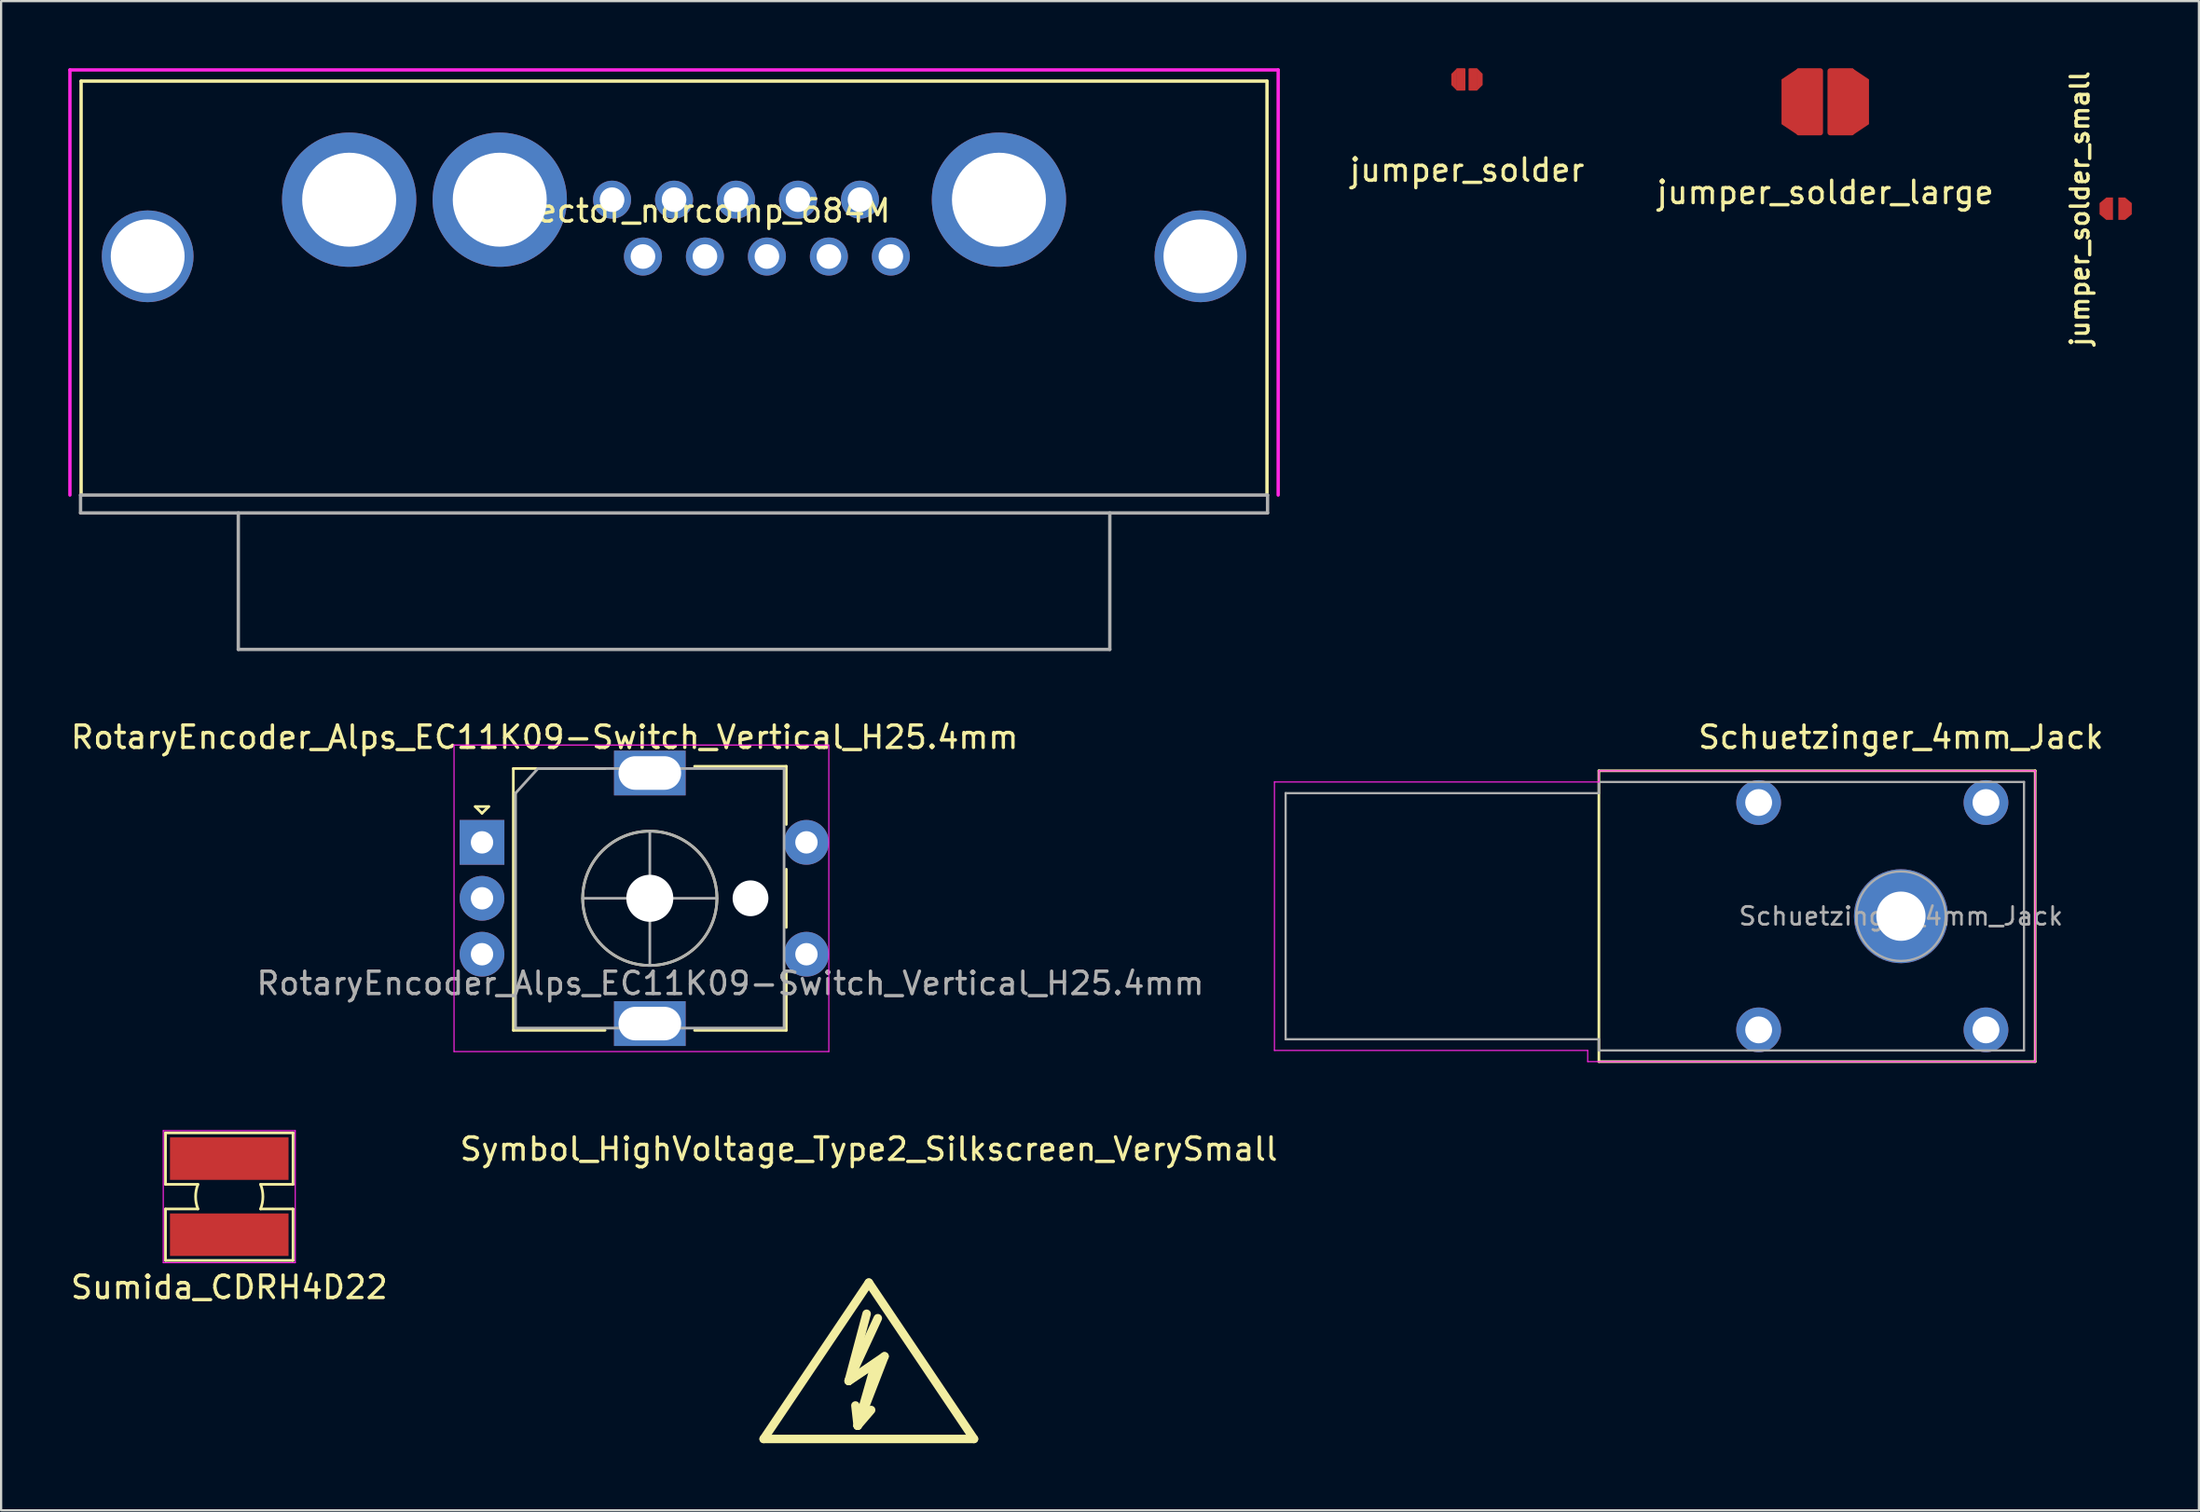
<source format=kicad_pcb>
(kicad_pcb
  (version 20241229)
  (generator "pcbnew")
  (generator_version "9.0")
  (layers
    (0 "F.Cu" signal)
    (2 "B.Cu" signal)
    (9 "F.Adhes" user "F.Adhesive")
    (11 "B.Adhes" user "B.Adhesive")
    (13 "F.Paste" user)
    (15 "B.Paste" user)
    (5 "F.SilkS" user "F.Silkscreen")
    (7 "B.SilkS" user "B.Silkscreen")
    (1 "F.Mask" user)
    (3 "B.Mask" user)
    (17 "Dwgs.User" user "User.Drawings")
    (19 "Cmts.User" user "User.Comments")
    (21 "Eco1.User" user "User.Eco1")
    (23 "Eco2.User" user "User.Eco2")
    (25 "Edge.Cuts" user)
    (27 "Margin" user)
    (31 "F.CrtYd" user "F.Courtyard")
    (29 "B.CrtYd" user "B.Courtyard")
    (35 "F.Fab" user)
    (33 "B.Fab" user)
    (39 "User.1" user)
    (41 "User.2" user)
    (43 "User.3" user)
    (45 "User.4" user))
  (footprint "connector_norcomp_684M"
    (layer "F.Cu")
    (at 27.075 5.875)
    (property "Reference" "connector_norcomp_684M" (at 0 0.5 0) (layer "F.SilkS") (effects (font (size 1 1) (thickness 0.15))))
    (attr through_hole)
    (fp_line (start -26.5 -5.3) (end -26.5 13.2) (stroke (width 0.15) (type solid)) (layer "F.SilkS"))
    (fp_line (start 26.5 -5.3) (end -26.5 -5.3) (stroke (width 0.15) (type solid)) (layer "F.SilkS"))
    (fp_line (start 26.5 13.2) (end 26.5 -5.3) (stroke (width 0.15) (type solid)) (layer "F.SilkS"))
    (fp_line (start -27 -5.8) (end -27 13.2) (stroke (width 0.15) (type solid)) (layer "F.CrtYd"))
    (fp_line (start 27 -5.8) (end -27 -5.8) (stroke (width 0.15) (type solid)) (layer "F.CrtYd"))
    (fp_line (start 27 13.2) (end 27 -5.8) (stroke (width 0.15) (type solid)) (layer "F.CrtYd"))
    (fp_line (start -26.525 13.2) (end -26.525 14) (stroke (width 0.15) (type solid)) (layer "F.Fab"))
    (fp_line (start -26.525 13.2) (end 26.525 13.2) (stroke (width 0.15) (type solid)) (layer "F.Fab"))
    (fp_line (start -26.525 14) (end 26.525 14) (stroke (width 0.15) (type solid)) (layer "F.Fab"))
    (fp_line (start -19.475 14) (end -19.475 20.1) (stroke (width 0.15) (type solid)) (layer "F.Fab"))
    (fp_line (start -19.475 20.1) (end 19.475 20.1) (stroke (width 0.15) (type solid)) (layer "F.Fab"))
    (fp_line (start 19.475 20.1) (end 19.475 14) (stroke (width 0.15) (type solid)) (layer "F.Fab"))
    (fp_line (start 26.525 13.2) (end 26.525 14) (stroke (width 0.15) (type solid)) (layer "F.Fab"))
    (pad "0" thru_hole circle (at -23.525 2.53) (size 4.1 4.1) (drill 3.3) (layers "*.Cu" "*.Mask"))
    (pad "0" thru_hole circle (at 23.525 2.53) (size 4.1 4.1) (drill 3.3) (layers "*.Cu" "*.Mask"))
    (pad "1" thru_hole circle (at 8.31 0) (size 1.7 1.7) (drill 1.1) (layers "*.Cu" "*.Mask"))
    (pad "2" thru_hole circle (at 5.54 0) (size 1.7 1.7) (drill 1.1) (layers "*.Cu" "*.Mask"))
    (pad "3" thru_hole circle (at 2.77 0) (size 1.7 1.7) (drill 1.1) (layers "*.Cu" "*.Mask"))
    (pad "4" thru_hole circle (at 0 0) (size 1.7 1.7) (drill 1.1) (layers "*.Cu" "*.Mask"))
    (pad "5" thru_hole circle (at -2.77 0) (size 1.7 1.7) (drill 1.1) (layers "*.Cu" "*.Mask"))
    (pad "6" thru_hole circle (at 9.69 2.54) (size 1.7 1.7) (drill 1.1) (layers "*.Cu" "*.Mask"))
    (pad "7" thru_hole circle (at 6.92 2.54) (size 1.7 1.7) (drill 1.1) (layers "*.Cu" "*.Mask"))
    (pad "8" thru_hole circle (at 4.15 2.54) (size 1.7 1.7) (drill 1.1) (layers "*.Cu" "*.Mask"))
    (pad "9" thru_hole circle (at 1.38 2.54) (size 1.7 1.7) (drill 1.1) (layers "*.Cu" "*.Mask"))
    (pad "10" thru_hole circle (at -1.39 2.54) (size 1.7 1.7) (drill 1.1) (layers "*.Cu" "*.Mask"))
    (pad "A2" thru_hole circle (at -7.79 0) (size 6 6) (drill 4.2) (layers "*.Cu" "*.Mask"))
    (pad "A2" thru_hole circle (at 14.52 0) (size 6 6) (drill 4.2) (layers "*.Cu" "*.Mask"))
    (pad "A3" thru_hole circle (at -14.52 0) (size 6 6) (drill 4.2) (layers "*.Cu" "*.Mask")))
  (footprint "jumper_solder"
    (layer "F.Cu")
    (at 62.513 0.5)
    (property "Reference" "jumper_solder" (at 0 4.05 0) (layer "F.SilkS") (effects (font (size 1 1) (thickness 0.15))))
    (attr through_hole)
    (pad "1" smd trapezoid (at -0.575 0 180) (size 0.25 0.745) (rect_delta 0.25 0) (layers "F.Cu"))
    (pad "1" smd roundrect (at -0.27 0 180) (size 0.4 1) (layers "F.Cu" "F.Mask" "F.Paste") (roundrect_rratio 0.1))
    (pad "2" smd roundrect (at 0.27 0 180) (size 0.4 1) (layers "F.Cu" "F.Mask" "F.Paste") (roundrect_rratio 0.1))
    (pad "2" smd trapezoid (at 0.575 0) (size 0.25 0.745) (rect_delta 0.25 0) (layers "F.Cu")))
  (footprint "RotaryEncoder_Alps_EC11K09-Switch_Vertical_H25.4mm"
    (layer "F.Cu")
    (at 18.492 34.598)
    (property "Reference" "RotaryEncoder_Alps_EC11K09-Switch_Vertical_H25.4mm" (at 2.8 -4.7 0) (layer "F.SilkS") (effects (font (size 1 1) (thickness 0.15))))
    (attr through_hole)
    (fp_line (start -0.3 -1.6) (end 0.3 -1.6) (stroke (width 0.12) (type solid)) (layer "F.SilkS"))
    (fp_line (start 0 -1.3) (end -0.3 -1.6) (stroke (width 0.12) (type solid)) (layer "F.SilkS"))
    (fp_line (start 0.3 -1.6) (end 0 -1.3) (stroke (width 0.12) (type solid)) (layer "F.SilkS"))
    (fp_line (start 1.4 -3.3) (end 1.4 8.4) (stroke (width 0.12) (type solid)) (layer "F.SilkS"))
    (fp_line (start 5.5 -3.3) (end 1.4 -3.3) (stroke (width 0.12) (type solid)) (layer "F.SilkS"))
    (fp_line (start 5.5 8.4) (end 1.4 8.4) (stroke (width 0.12) (type solid)) (layer "F.SilkS"))
    (fp_line (start 9.5 -3.4) (end 13.6 -3.4) (stroke (width 0.12) (type solid)) (layer "F.SilkS"))
    (fp_line (start 13.6 -3.4) (end 13.6 -0.8) (stroke (width 0.12) (type solid)) (layer "F.SilkS"))
    (fp_line (start 13.6 1.2) (end 13.6 3.8) (stroke (width 0.12) (type solid)) (layer "F.SilkS"))
    (fp_line (start 13.6 5.8) (end 13.6 8.4) (stroke (width 0.12) (type solid)) (layer "F.SilkS"))
    (fp_line (start 13.6 8.4) (end 9.5 8.4) (stroke (width 0.12) (type solid)) (layer "F.SilkS"))
    (fp_circle (center 7.5 2.5) (end 10.5 2.5) (stroke (width 0.12) (type solid)) (fill no) (layer "F.SilkS"))
    (fp_line (start -1.25 -4.35) (end -1.25 9.35) (stroke (width 0.05) (type solid)) (layer "F.CrtYd"))
    (fp_line (start -1.25 -4.35) (end 15.5 -4.35) (stroke (width 0.05) (type solid)) (layer "F.CrtYd"))
    (fp_line (start 15.5 9.35) (end -1.25 9.35) (stroke (width 0.05) (type solid)) (layer "F.CrtYd"))
    (fp_line (start 15.5 9.35) (end 15.5 -4.35) (stroke (width 0.05) (type solid)) (layer "F.CrtYd"))
    (fp_line (start 1.5 -2.2) (end 2.5 -3.3) (stroke (width 0.12) (type solid)) (layer "F.Fab"))
    (fp_line (start 1.5 8.3) (end 1.5 -2.2) (stroke (width 0.12) (type solid)) (layer "F.Fab"))
    (fp_line (start 2.5 -3.3) (end 13.5 -3.3) (stroke (width 0.12) (type solid)) (layer "F.Fab"))
    (fp_line (start 4.5 2.5) (end 10.5 2.5) (stroke (width 0.12) (type solid)) (layer "F.Fab"))
    (fp_line (start 7.5 -0.5) (end 7.5 5.5) (stroke (width 0.12) (type solid)) (layer "F.Fab"))
    (fp_line (start 13.5 -3.3) (end 13.5 8.3) (stroke (width 0.12) (type solid)) (layer "F.Fab"))
    (fp_line (start 13.5 8.3) (end 1.5 8.3) (stroke (width 0.12) (type solid)) (layer "F.Fab"))
    (fp_circle (center 7.5 2.5) (end 10.5 2.5) (stroke (width 0.12) (type solid)) (fill no) (layer "F.Fab"))
    (fp_text user "${REFERENCE}" (at 11.1 6.3 0) (layer "F.Fab") (effects (font (size 1 1) (thickness 0.15))))
    (pad "" np_thru_hole circle (at 7.5 2.5) (size 2.1 2.1) (drill 2.1) (layers "*.Cu" "*.Mask"))
    (pad "" np_thru_hole circle (at 12 2.5) (size 1.6 1.6) (drill 1.6) (layers "*.Cu" "*.Mask"))
    (pad "A" thru_hole rect (at 0 0) (size 2 2) (drill 1) (layers "*.Cu" "*.Mask"))
    (pad "B" thru_hole circle (at 0 5) (size 2 2) (drill 1) (layers "*.Cu" "*.Mask"))
    (pad "C" thru_hole circle (at 0 2.5) (size 2 2) (drill 1) (layers "*.Cu" "*.Mask"))
    (pad "MP" thru_hole rect (at 7.5 -3.1) (size 3.2 2) (drill oval 2.8 1.5) (layers "*.Cu" "*.Mask"))
    (pad "MP" thru_hole rect (at 7.5 8.1) (size 3.2 2) (drill oval 2.8 1.5) (layers "*.Cu" "*.Mask"))
    (pad "S1" thru_hole circle (at 14.5 5) (size 2 2) (drill 1) (layers "*.Cu" "*.Mask"))
    (pad "S2" thru_hole circle (at 14.5 0) (size 2 2) (drill 1) (layers "*.Cu" "*.Mask")))
  (footprint "jumper_solder_small"
    (layer "F.Cu")
    (at 91.505 6.278)
    (property "Reference" "jumper_solder_small" (at -1.6 0 270) (layer "F.SilkS") (effects (font (size 0.8 0.8) (thickness 0.15))))
    (attr through_hole)
    (pad "1" smd custom (at -0.27 0 180) (size 0.3 1) (layers "F.Cu" "F.Mask") (options (anchor rect)) (primitives (gr_poly (pts (xy 0.15 0.5) (xy 0.15 -0.5) (xy 0.45 -0.25) (xy 0.45 0.25)) (width 0) (fill yes))))
    (pad "2" smd custom (at 0.27 0 180) (size 0.3 1) (layers "F.Cu" "F.Mask") (options (anchor rect)) (primitives (gr_poly (pts (xy -0.15 0.5) (xy -0.15 -0.5) (xy -0.45 -0.25) (xy -0.45 0.25)) (width 0) (fill yes)))))
  (footprint "jumper_solder_large"
    (layer "F.Cu")
    (at 78.525 1.5)
    (property "Reference" "jumper_solder_large" (at 0 4.05 0) (layer "F.SilkS") (effects (font (size 1 1) (thickness 0.15))))
    (attr through_hole)
    (pad "1" smd trapezoid (at -1.58 0 180) (size 0.75 2.5) (rect_delta 0.5 0) (layers "F.Cu"))
    (pad "1" smd roundrect (at -0.7 0 180) (size 1.2 3) (layers "F.Cu" "F.Mask" "F.Paste") (roundrect_rratio 0.1))
    (pad "2" smd roundrect (at 0.7 0 180) (size 1.2 3) (layers "F.Cu" "F.Mask" "F.Paste") (roundrect_rratio 0.1))
    (pad "2" smd trapezoid (at 1.58 0) (size 0.75 2.5) (rect_delta 0.5 0) (layers "F.Cu")))
  (footprint "Schuetzinger_4mm_Jack"
    (layer "F.Cu")
    (at 81.908 37.898)
    (property "Reference" "Schuetzinger_4mm_Jack" (at 0 -8 0) (layer "F.SilkS") (effects (font (size 1 1) (thickness 0.15))))
    (attr through_hole)
    (fp_line (start -13.5 -6.5) (end 6 -6.5) (stroke (width 0.12) (type solid)) (layer "F.SilkS"))
    (fp_line (start -13.5 6.5) (end -13.5 -6.5) (stroke (width 0.12) (type solid)) (layer "F.SilkS"))
    (fp_line (start 6 -6.5) (end 6 6.5) (stroke (width 0.12) (type solid)) (layer "F.SilkS"))
    (fp_line (start 6 6.5) (end -13.5 6.5) (stroke (width 0.12) (type solid)) (layer "F.SilkS"))
    (fp_line (start -28 -6) (end -13.5 -6) (stroke (width 0.05) (type solid)) (layer "F.CrtYd"))
    (fp_line (start -28 6) (end -28 -6) (stroke (width 0.05) (type solid)) (layer "F.CrtYd"))
    (fp_line (start -14 6) (end -28 6) (stroke (width 0.05) (type solid)) (layer "F.CrtYd"))
    (fp_line (start -14 6.5) (end -14 6) (stroke (width 0.05) (type solid)) (layer "F.CrtYd"))
    (fp_line (start -13.5 -6.5) (end 6 -6.5) (stroke (width 0.05) (type solid)) (layer "F.CrtYd"))
    (fp_line (start -13.5 -6) (end -13.5 -6.5) (stroke (width 0.05) (type solid)) (layer "F.CrtYd"))
    (fp_line (start 6 -6.5) (end 6 6.5) (stroke (width 0.05) (type solid)) (layer "F.CrtYd"))
    (fp_line (start 6 6.5) (end -14 6.5) (stroke (width 0.05) (type solid)) (layer "F.CrtYd"))
    (fp_line (start -27.5 -5.5) (end -27.5 5.5) (stroke (width 0.1) (type solid)) (layer "F.Fab"))
    (fp_line (start -27.5 5.5) (end -13.5 5.5) (stroke (width 0.1) (type solid)) (layer "F.Fab"))
    (fp_line (start -13.5 -6) (end 5.5 -6) (stroke (width 0.1) (type solid)) (layer "F.Fab"))
    (fp_line (start -13.5 -5.5) (end -27.5 -5.5) (stroke (width 0.1) (type solid)) (layer "F.Fab"))
    (fp_line (start -13.5 -5.5) (end -13.5 -6) (stroke (width 0.1) (type solid)) (layer "F.Fab"))
    (fp_line (start -13.5 6) (end -13.5 5.5) (stroke (width 0.1) (type solid)) (layer "F.Fab"))
    (fp_line (start 5.5 -6) (end 5.5 6) (stroke (width 0.1) (type solid)) (layer "F.Fab"))
    (fp_line (start 5.5 6) (end -13.5 6) (stroke (width 0.1) (type solid)) (layer "F.Fab"))
    (fp_circle (center 0 0) (end 2 0) (stroke (width 0.1) (type solid)) (fill no) (layer "F.Fab"))
    (fp_text user "${REFERENCE}" (at 0 0 0) (layer "F.Fab") (effects (font (size 0.8 0.8) (thickness 0.12))))
    (pad "" thru_hole circle (at -6.36 -5.08) (size 2 2) (drill 1.2) (layers "*.Cu" "*.Mask"))
    (pad "" thru_hole circle (at -6.36 5.08) (size 2 2) (drill 1.2) (layers "*.Cu" "*.Mask"))
    (pad "" thru_hole circle (at 3.8 -5.08) (size 2 2) (drill 1.2) (layers "*.Cu" "*.Mask"))
    (pad "" thru_hole circle (at 3.8 5.08) (size 2 2) (drill 1.2) (layers "*.Cu" "*.Mask"))
    (pad "1" thru_hole circle (at 0 0) (size 4.2 4.2) (drill 2.2) (layers "*.Cu" "*.Mask")))
  (footprint "Sumida_CDRH4D22"
    (layer "F.Cu")
    (at 7.196 50.433)
    (property "Reference" "Sumida_CDRH4D22" (at 0 4.05 0) (layer "F.SilkS") (effects (font (size 1 1) (thickness 0.15))))
    (attr through_hole)
    (fp_line (start -2.85 -2.85) (end 2.85 -2.85) (stroke (width 0.12) (type solid)) (layer "F.SilkS"))
    (fp_line (start -2.85 -0.55) (end -2.85 -2.85) (stroke (width 0.12) (type solid)) (layer "F.SilkS"))
    (fp_line (start -2.85 -0.55) (end -1.4 -0.55) (stroke (width 0.12) (type solid)) (layer "F.SilkS"))
    (fp_line (start -2.85 0.55) (end -1.4 0.55) (stroke (width 0.12) (type solid)) (layer "F.SilkS"))
    (fp_line (start -2.85 2.85) (end -2.85 0.55) (stroke (width 0.12) (type solid)) (layer "F.SilkS"))
    (fp_line (start 1.4 -0.55) (end 2.85 -0.55) (stroke (width 0.12) (type solid)) (layer "F.SilkS"))
    (fp_line (start 1.4 0.55) (end 2.85 0.55) (stroke (width 0.12) (type solid)) (layer "F.SilkS"))
    (fp_line (start 2.85 -0.55) (end 2.85 -2.85) (stroke (width 0.12) (type solid)) (layer "F.SilkS"))
    (fp_line (start 2.85 2.85) (end -2.85 2.85) (stroke (width 0.12) (type solid)) (layer "F.SilkS"))
    (fp_line (start 2.85 2.85) (end 2.85 0.55) (stroke (width 0.12) (type solid)) (layer "F.SilkS"))
    (fp_arc (start -1.400465 0.548815) (mid -1.504161 -0.000636) (end -1.4 -0.55) (stroke (width 0.12) (type solid)) (layer "F.SilkS"))
    (fp_arc (start 1.4 -0.549999) (mid 1.504161 0) (end 1.4 0.55) (stroke (width 0.12) (type solid)) (layer "F.SilkS"))
    (fp_line (start -2.95 -2.95) (end 2.95 -2.95) (stroke (width 0.05) (type solid)) (layer "F.CrtYd"))
    (fp_line (start -2.95 2.95) (end -2.95 -2.95) (stroke (width 0.05) (type solid)) (layer "F.CrtYd"))
    (fp_line (start 2.95 -2.95) (end 2.95 2.95) (stroke (width 0.05) (type solid)) (layer "F.CrtYd"))
    (fp_line (start 2.95 2.95) (end -2.95 2.95) (stroke (width 0.05) (type solid)) (layer "F.CrtYd"))
    (pad "1" smd rect (at 0 -1.7) (size 5.3 1.9) (layers "F.Cu" "F.Mask" "F.Paste"))
    (pad "2" smd rect (at 0 1.7) (size 5.3 1.9) (layers "F.Cu" "F.Mask" "F.Paste")))
  (footprint "Symbol_HighVoltage_Type2_Silkscreen_VerySmall"
    (layer "F.Cu")
    (at 35.78 58.467)
    (property "Reference" "Symbol_HighVoltage_Type2_Silkscreen_VerySmall" (at 0 -10.16 0) (layer "F.SilkS") (effects (font (size 1 1) (thickness 0.15))))
    (attr exclude_from_pos_files exclude_from_bom)
    (fp_line (start -4.699 2.794) (end 0 -4.191) (stroke (width 0.381) (type solid)) (layer "F.SilkS"))
    (fp_line (start -0.899 0.201) (end 0.3 -0.599) (stroke (width 0.381) (type solid)) (layer "F.SilkS"))
    (fp_line (start -0.899 0.201) (end 0.401 -2.601) (stroke (width 0.381) (type solid)) (layer "F.SilkS"))
    (fp_line (start -0.498 2.2) (end -0.599 1.3) (stroke (width 0.381) (type solid)) (layer "F.SilkS"))
    (fp_line (start -0.498 2.2) (end 0.102 1.501) (stroke (width 0.381) (type solid)) (layer "F.SilkS"))
    (fp_line (start -0.498 2.2) (end 0.701 -0.899) (stroke (width 0.381) (type solid)) (layer "F.SilkS"))
    (fp_line (start -0.099 -2.799) (end -0.899 0.201) (stroke (width 0.381) (type solid)) (layer "F.SilkS"))
    (fp_line (start 0 -4.191) (end 4.699 2.794) (stroke (width 0.381) (type solid)) (layer "F.SilkS"))
    (fp_line (start 0.3 -0.599) (end -0.498 2.2) (stroke (width 0.381) (type solid)) (layer "F.SilkS"))
    (fp_line (start 0.701 -0.899) (end -0.9 0.2) (stroke (width 0.381) (type solid)) (layer "F.SilkS"))
    (fp_line (start 4.699 2.794) (end -4.699 2.794) (stroke (width 0.381) (type solid)) (layer "F.SilkS")))
  (gr_rect
    (start -3 -3)
    (end 95.225 64.451)
    (stroke (width 0.1) (type default))
    (fill no)
    (layer "Edge.Cuts")))
</source>
